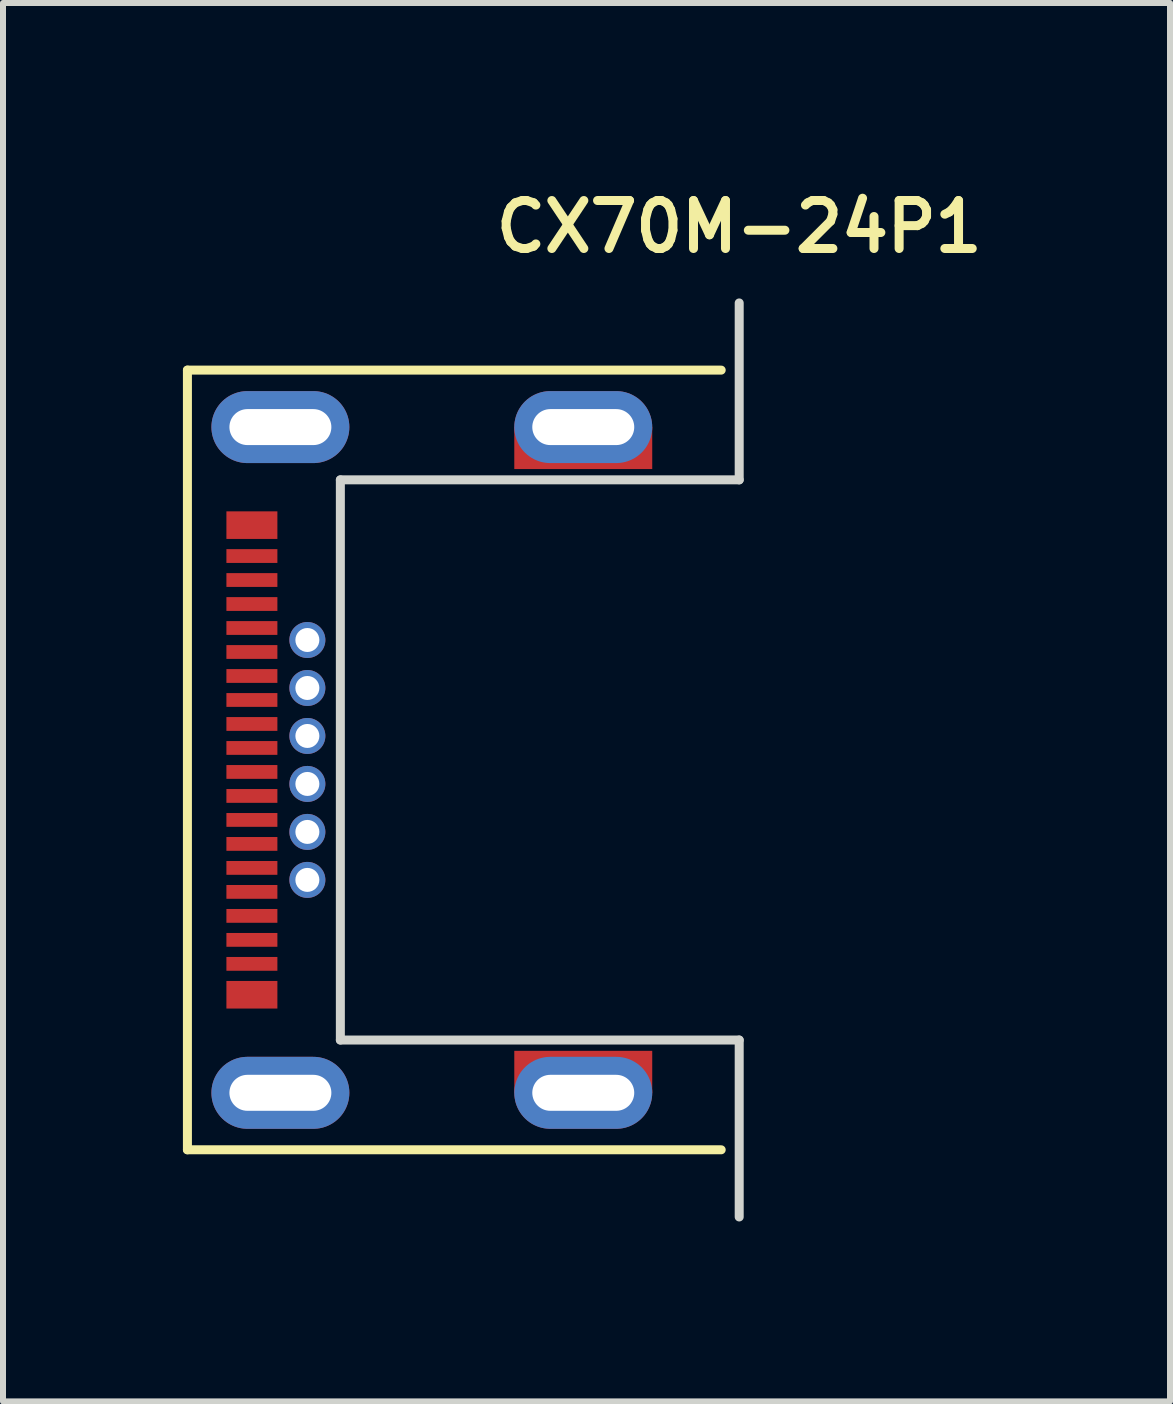
<source format=kicad_pcb>
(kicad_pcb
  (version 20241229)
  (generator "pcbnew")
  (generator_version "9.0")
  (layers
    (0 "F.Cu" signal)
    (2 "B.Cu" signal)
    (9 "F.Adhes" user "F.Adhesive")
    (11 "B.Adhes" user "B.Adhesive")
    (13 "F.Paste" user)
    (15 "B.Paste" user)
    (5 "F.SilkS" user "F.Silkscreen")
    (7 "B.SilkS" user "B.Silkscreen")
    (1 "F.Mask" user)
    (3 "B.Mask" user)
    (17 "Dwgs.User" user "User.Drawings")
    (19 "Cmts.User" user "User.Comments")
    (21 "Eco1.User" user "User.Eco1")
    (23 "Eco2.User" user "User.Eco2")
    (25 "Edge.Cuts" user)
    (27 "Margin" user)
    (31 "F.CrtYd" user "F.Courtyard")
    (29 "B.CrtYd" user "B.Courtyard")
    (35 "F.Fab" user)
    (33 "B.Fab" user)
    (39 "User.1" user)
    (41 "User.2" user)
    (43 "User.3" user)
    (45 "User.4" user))
  (footprint "CX70M-24P1"
    (layer "F.Cu")
    (at 9.275 9.621)
    (property "Reference" "CX70M-24P1" (at 0 -8.89 0) (layer "F.SilkS") (effects (font (size 0.8 0.8) (thickness 0.15))))
    (attr through_hole)
    (fp_line (start -9.2 -6.5) (end -9.2 6.5) (stroke (width 0.15) (type solid)) (layer "F.SilkS"))
    (fp_line (start -9.2 6.5) (end -0.3 6.5) (stroke (width 0.15) (type solid)) (layer "F.SilkS"))
    (fp_line (start -0.3 -6.5) (end -9.2 -6.5) (stroke (width 0.15) (type solid)) (layer "F.SilkS"))
    (fp_line (start -6.65 -4.67) (end 0 -4.67) (stroke (width 0.15) (type solid)) (layer "Edge.Cuts"))
    (fp_line (start -6.65 4.67) (end -6.65 -4.67) (stroke (width 0.15) (type solid)) (layer "Edge.Cuts"))
    (fp_line (start 0 -4.67) (end 0 -7.62) (stroke (width 0.15) (type solid)) (layer "Edge.Cuts"))
    (fp_line (start 0 4.67) (end -6.65 4.67) (stroke (width 0.15) (type solid)) (layer "Edge.Cuts"))
    (fp_line (start 0 7.62) (end 0 4.67) (stroke (width 0.15) (type solid)) (layer "Edge.Cuts"))
    (pad "A1" smd rect (at -8.125 2.2 90) (size 0.23 0.85) (layers "F.Cu" "F.Mask" "F.Paste"))
    (pad "A2" smd rect (at -8.125 1.8 90) (size 0.23 0.85) (layers "F.Cu" "F.Mask" "F.Paste"))
    (pad "A3" smd rect (at -8.125 1.4 90) (size 0.23 0.85) (layers "F.Cu" "F.Mask" "F.Paste"))
    (pad "A4" smd rect (at -8.125 1 90) (size 0.23 0.85) (layers "F.Cu" "F.Mask" "F.Paste"))
    (pad "A5" smd rect (at -8.125 0.6 90) (size 0.23 0.85) (layers "F.Cu" "F.Mask" "F.Paste"))
    (pad "A6" smd rect (at -8.125 0.2 90) (size 0.23 0.85) (layers "F.Cu" "F.Mask" "F.Paste"))
    (pad "A7" smd rect (at -8.125 -0.2 90) (size 0.23 0.85) (layers "F.Cu" "F.Mask" "F.Paste"))
    (pad "A8" smd rect (at -8.125 -0.6 90) (size 0.23 0.85) (layers "F.Cu" "F.Mask" "F.Paste"))
    (pad "A9" smd rect (at -8.125 -1 90) (size 0.23 0.85) (layers "F.Cu" "F.Mask" "F.Paste"))
    (pad "A10" smd rect (at -8.125 -1.4 90) (size 0.23 0.85) (layers "F.Cu" "F.Mask" "F.Paste"))
    (pad "A11" smd rect (at -8.125 -1.8 90) (size 0.23 0.85) (layers "F.Cu" "F.Mask" "F.Paste"))
    (pad "A12" smd rect (at -8.125 -2.2 90) (size 0.23 0.85) (layers "F.Cu" "F.Mask" "F.Paste"))
    (pad "B1" smd rect (at -8.125 -3.4 90) (size 0.23 0.85) (layers "F.Cu" "F.Mask" "F.Paste"))
    (pad "B2" smd rect (at -8.125 -3 90) (size 0.23 0.85) (layers "F.Cu" "F.Mask" "F.Paste"))
    (pad "B3" smd rect (at -8.125 -2.6 90) (size 0.23 0.85) (layers "F.Cu" "F.Mask" "F.Paste"))
    (pad "B4" thru_hole circle (at -7.2 -2 90) (size 0.6 0.6) (drill 0.4) (layers "*.Cu" "*.Mask"))
    (pad "B5" thru_hole circle (at -7.2 -1.2 90) (size 0.6 0.6) (drill 0.4) (layers "*.Cu" "*.Mask"))
    (pad "B6" thru_hole circle (at -7.2 -0.4 90) (size 0.6 0.6) (drill 0.4) (layers "*.Cu" "*.Mask"))
    (pad "B7" thru_hole circle (at -7.2 0.4 90) (size 0.6 0.6) (drill 0.4) (layers "*.Cu" "*.Mask"))
    (pad "B8" thru_hole circle (at -7.2 1.2 90) (size 0.6 0.6) (drill 0.4) (layers "*.Cu" "*.Mask"))
    (pad "B9" thru_hole circle (at -7.2 2 90) (size 0.6 0.6) (drill 0.4) (layers "*.Cu" "*.Mask"))
    (pad "B10" smd rect (at -8.125 2.6 90) (size 0.23 0.85) (layers "F.Cu" "F.Mask" "F.Paste"))
    (pad "B11" smd rect (at -8.125 3 90) (size 0.23 0.85) (layers "F.Cu" "F.Mask" "F.Paste"))
    (pad "B12" smd rect (at -8.125 3.4 90) (size 0.23 0.85) (layers "F.Cu" "F.Mask" "F.Paste"))
    (pad "S1" smd rect (at -8.125 -3.915 90) (size 0.46 0.85) (layers "F.Cu" "F.Mask" "F.Paste"))
    (pad "S1" smd rect (at -8.125 3.915 90) (size 0.46 0.85) (layers "F.Cu" "F.Mask" "F.Paste"))
    (pad "S1" thru_hole oval (at -7.65 -5.55 90) (size 1.2 2.3) (drill oval 0.6 1.7) (layers "*.Cu" "*.Mask"))
    (pad "S1" thru_hole oval (at -7.65 5.55 90) (size 1.2 2.3) (drill oval 0.6 1.7) (layers "*.Cu" "*.Mask"))
    (pad "S1" thru_hole oval (at -2.6 -5.55 90) (size 1.2 2.3) (drill oval 0.6 1.7) (layers "*.Cu" "*.Mask"))
    (pad "S1" smd rect (at -2.6 -5.2 90) (size 0.7 2.3) (layers "F.Cu" "F.Mask"))
    (pad "S1" smd rect (at -2.6 5.2 90) (size 0.7 2.3) (layers "F.Cu" "F.Mask"))
    (pad "S1" thru_hole oval (at -2.6 5.55 90) (size 1.2 2.3) (drill oval 0.6 1.7) (layers "*.Cu" "*.Mask")))
  (gr_rect
    (start -3 -3)
    (end 16.458 20.316)
    (stroke (width 0.1) (type default))
    (fill no)
    (layer "Edge.Cuts")))
</source>
